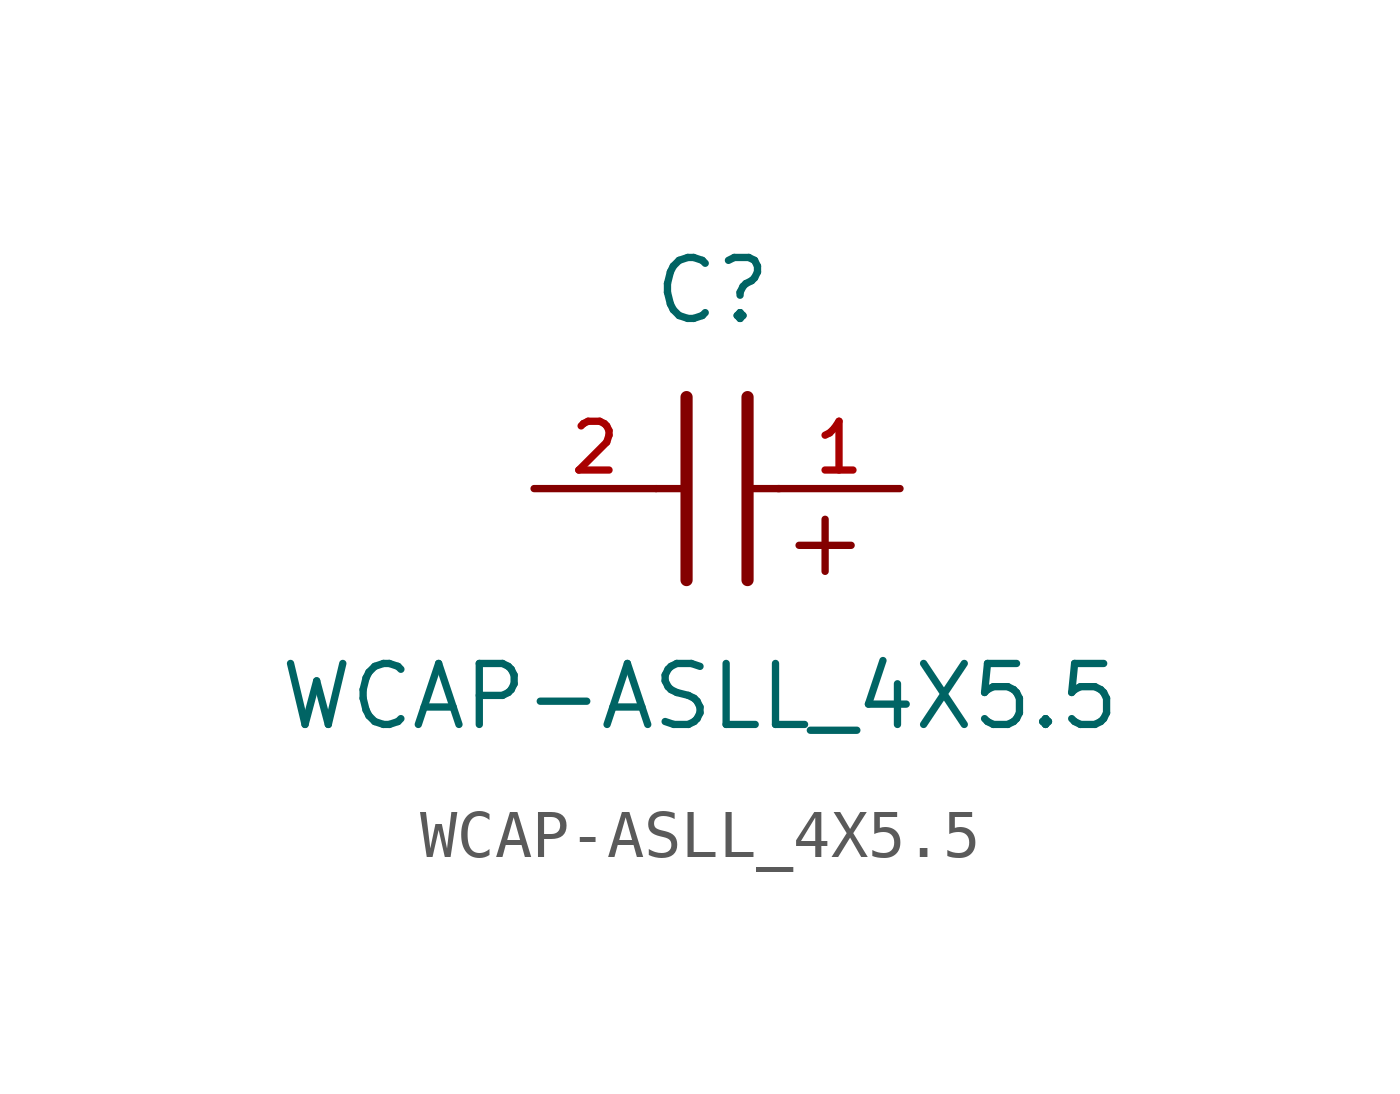
<source format=kicad_sym>
(kicad_symbol_lib
  (version 20211014)
  (generator kicad_symbol_editor)
  (symbol "WCAP-ASLL_4X5.5"
    (pin_names
      (offset 1.016))
    (property "Reference" "C"
      (at 1.175 3.38 0)
      (effects (font (size 1.27 1.27)) (justify bottom)))
    (property "Value" "WCAP-ASLL_4X5.5"
      (at 0.915 -5.075 0)
      (effects (font (size 1.27 1.27)) (justify bottom)))
    (symbol "WCAP-ASLL_4X5.5_0_0"
      (text "+" (at 2.54 -1.905 0) (effects (font (size 1.422 1.422)) (justify bottom left)))
      (polyline (pts (xy 1.905 1.905) (xy 1.905 -1.905)) (stroke (width 0.254)))
      (polyline (pts (xy 0.635 -1.905) (xy 0.635 1.905)) (stroke (width 0.254)))
      (polyline (pts (xy 0.0 0.0) (xy 0.643 0.0)) (stroke (width 0.152)))
      (polyline (pts (xy 1.928 0.0) (xy 2.57 0.0)) (stroke (width 0.152)))
      (pin passive line (at 5.08 0.0 180.0) (length 2.54) (name "~" (effects (font (size 1.016 1.016)))) (number "1" (effects (font (size 1.016 1.016)))))
      (pin passive line (at -2.54 0.0 0) (length 2.54) (name "~" (effects (font (size 1.016 1.016)))) (number "2" (effects (font (size 1.016 1.016))))))))
</source>
